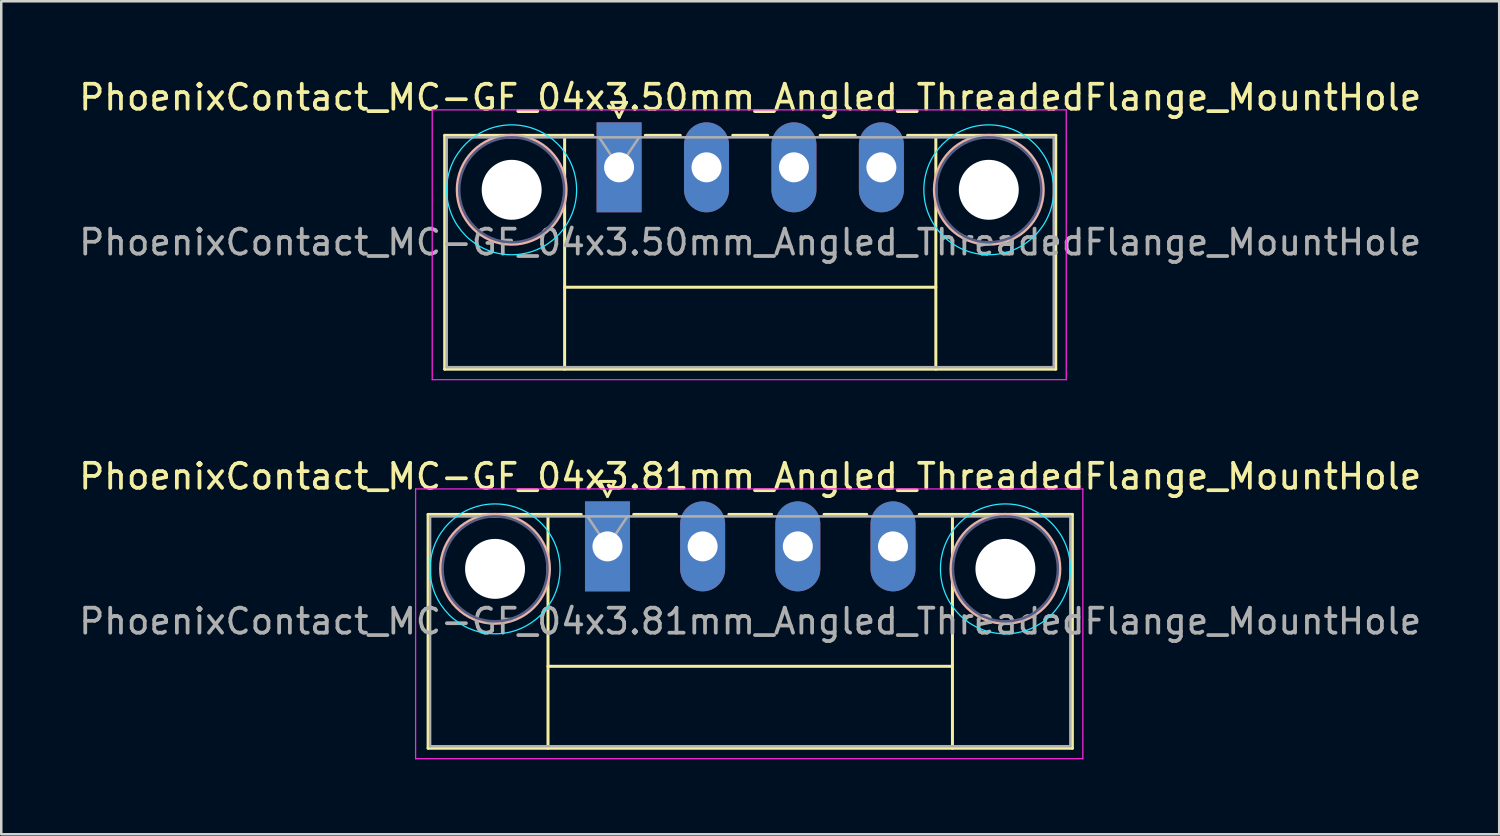
<source format=kicad_pcb>
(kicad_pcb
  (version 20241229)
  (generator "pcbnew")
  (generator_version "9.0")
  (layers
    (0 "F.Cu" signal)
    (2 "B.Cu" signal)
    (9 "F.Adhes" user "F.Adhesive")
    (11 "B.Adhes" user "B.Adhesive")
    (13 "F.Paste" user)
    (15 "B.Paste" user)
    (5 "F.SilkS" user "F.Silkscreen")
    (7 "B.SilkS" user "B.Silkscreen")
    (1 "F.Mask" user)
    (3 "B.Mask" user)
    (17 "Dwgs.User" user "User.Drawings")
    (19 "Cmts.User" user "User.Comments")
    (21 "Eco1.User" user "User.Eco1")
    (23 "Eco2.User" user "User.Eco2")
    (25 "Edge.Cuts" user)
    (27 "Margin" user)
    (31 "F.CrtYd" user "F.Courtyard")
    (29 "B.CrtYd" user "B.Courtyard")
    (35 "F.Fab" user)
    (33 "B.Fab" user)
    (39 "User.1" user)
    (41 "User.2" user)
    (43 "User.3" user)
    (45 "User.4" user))
  (footprint "PhoenixContact_MC-GF_04x3.50mm_Angled_ThreadedFlange_MountHole"
    (layer "F.Cu")
    (at 21.732 3.648)
    (property "Reference" "PhoenixContact_MC-GF_04x3.50mm_Angled_ThreadedFlange_MountHole" (at 5.25 -2.8 0) (layer "F.SilkS") (effects (font (size 1 1) (thickness 0.15))))
    (attr through_hole)
    (fp_line (start -6.98 -1.28) (end -6.98 8.08) (stroke (width 0.12) (type solid)) (layer "F.SilkS"))
    (fp_line (start -6.98 -1.28) (end -1.05 -1.28) (stroke (width 0.12) (type solid)) (layer "F.SilkS"))
    (fp_line (start -6.98 8.08) (end 17.48 8.08) (stroke (width 0.12) (type solid)) (layer "F.SilkS"))
    (fp_line (start -2.18 -1.28) (end -2.18 8.08) (stroke (width 0.12) (type solid)) (layer "F.SilkS"))
    (fp_line (start -2.18 4.8) (end 12.68 4.8) (stroke (width 0.12) (type solid)) (layer "F.SilkS"))
    (fp_line (start -0.3 -2.6) (end 0.3 -2.6) (stroke (width 0.12) (type solid)) (layer "F.SilkS"))
    (fp_line (start 0 -2) (end -0.3 -2.6) (stroke (width 0.12) (type solid)) (layer "F.SilkS"))
    (fp_line (start 0.3 -2.6) (end 0 -2) (stroke (width 0.12) (type solid)) (layer "F.SilkS"))
    (fp_line (start 1.05 -1.28) (end 2.45 -1.28) (stroke (width 0.12) (type solid)) (layer "F.SilkS"))
    (fp_line (start 4.55 -1.28) (end 5.95 -1.28) (stroke (width 0.12) (type solid)) (layer "F.SilkS"))
    (fp_line (start 8.05 -1.28) (end 9.45 -1.28) (stroke (width 0.12) (type solid)) (layer "F.SilkS"))
    (fp_line (start 12.68 -1.28) (end 12.68 8.08) (stroke (width 0.12) (type solid)) (layer "F.SilkS"))
    (fp_line (start 17.48 -1.28) (end 11.55 -1.28) (stroke (width 0.12) (type solid)) (layer "F.SilkS"))
    (fp_line (start 17.48 8.08) (end 17.48 -1.28) (stroke (width 0.12) (type solid)) (layer "F.SilkS"))
    (fp_circle (center -4.3 0.9) (end -2.12 0.9) (stroke (width 0.12) (type solid)) (fill no) (layer "B.SilkS"))
    (fp_circle (center 14.8 0.9) (end 16.98 0.9) (stroke (width 0.12) (type solid)) (fill no) (layer "B.SilkS"))
    (fp_circle (center -4.3 0.9) (end -1.7 0.9) (stroke (width 0.05) (type solid)) (fill no) (layer "B.CrtYd"))
    (fp_circle (center 14.8 0.9) (end 17.4 0.9) (stroke (width 0.05) (type solid)) (fill no) (layer "B.CrtYd"))
    (fp_line (start -7.48 -2.3) (end -7.48 8.5) (stroke (width 0.05) (type solid)) (layer "F.CrtYd"))
    (fp_line (start -7.48 8.5) (end 17.9 8.5) (stroke (width 0.05) (type solid)) (layer "F.CrtYd"))
    (fp_line (start 17.9 -2.3) (end -7.48 -2.3) (stroke (width 0.05) (type solid)) (layer "F.CrtYd"))
    (fp_line (start 17.9 8.5) (end 17.9 -2.3) (stroke (width 0.05) (type solid)) (layer "F.CrtYd"))
    (fp_circle (center -4.3 0.9) (end -2.2 0.9) (stroke (width 0.1) (type solid)) (fill no) (layer "B.Fab"))
    (fp_circle (center 14.8 0.9) (end 16.9 0.9) (stroke (width 0.1) (type solid)) (fill no) (layer "B.Fab"))
    (fp_line (start -6.9 -1.2) (end -6.9 8) (stroke (width 0.1) (type solid)) (layer "F.Fab"))
    (fp_line (start -6.9 8) (end 17.4 8) (stroke (width 0.1) (type solid)) (layer "F.Fab"))
    (fp_line (start 0 0) (end -0.8 -1.2) (stroke (width 0.1) (type solid)) (layer "F.Fab"))
    (fp_line (start 0.8 -1.2) (end 0 0) (stroke (width 0.1) (type solid)) (layer "F.Fab"))
    (fp_line (start 17.4 -1.2) (end -6.9 -1.2) (stroke (width 0.1) (type solid)) (layer "F.Fab"))
    (fp_line (start 17.4 8) (end 17.4 -1.2) (stroke (width 0.1) (type solid)) (layer "F.Fab"))
    (fp_text user "${REFERENCE}" (at 5.25 3 0) (layer "F.Fab") (effects (font (size 1 1) (thickness 0.15))))
    (pad "" np_thru_hole circle (at -4.3 0.9) (size 2.4 2.4) (drill 2.4) (layers "*.Cu" "*.Mask"))
    (pad "" np_thru_hole circle (at 14.8 0.9) (size 2.4 2.4) (drill 2.4) (layers "*.Cu" "*.Mask"))
    (pad "1" thru_hole rect (at 0 0) (size 1.8 3.6) (drill 1.2) (layers "*.Cu" "*.Mask"))
    (pad "2" thru_hole oval (at 3.5 0) (size 1.8 3.6) (drill 1.2) (layers "*.Cu" "*.Mask"))
    (pad "3" thru_hole oval (at 7 0) (size 1.8 3.6) (drill 1.2) (layers "*.Cu" "*.Mask"))
    (pad "4" thru_hole oval (at 10.5 0) (size 1.8 3.6) (drill 1.2) (layers "*.Cu" "*.Mask")))
  (footprint "PhoenixContact_MC-GF_04x3.81mm_Angled_ThreadedFlange_MountHole"
    (layer "F.Cu")
    (at 21.267 18.822)
    (property "Reference" "PhoenixContact_MC-GF_04x3.81mm_Angled_ThreadedFlange_MountHole" (at 5.715 -2.8 0) (layer "F.SilkS") (effects (font (size 1 1) (thickness 0.15))))
    (attr through_hole)
    (fp_line (start -7.18 -1.28) (end -7.18 8.08) (stroke (width 0.12) (type solid)) (layer "F.SilkS"))
    (fp_line (start -7.18 -1.28) (end -1.05 -1.28) (stroke (width 0.12) (type solid)) (layer "F.SilkS"))
    (fp_line (start -7.18 8.08) (end 18.61 8.08) (stroke (width 0.12) (type solid)) (layer "F.SilkS"))
    (fp_line (start -2.38 -1.28) (end -2.38 8.08) (stroke (width 0.12) (type solid)) (layer "F.SilkS"))
    (fp_line (start -2.38 4.8) (end 13.81 4.8) (stroke (width 0.12) (type solid)) (layer "F.SilkS"))
    (fp_line (start -0.3 -2.6) (end 0.3 -2.6) (stroke (width 0.12) (type solid)) (layer "F.SilkS"))
    (fp_line (start 0 -2) (end -0.3 -2.6) (stroke (width 0.12) (type solid)) (layer "F.SilkS"))
    (fp_line (start 0.3 -2.6) (end 0 -2) (stroke (width 0.12) (type solid)) (layer "F.SilkS"))
    (fp_line (start 1.05 -1.28) (end 2.76 -1.28) (stroke (width 0.12) (type solid)) (layer "F.SilkS"))
    (fp_line (start 4.86 -1.28) (end 6.57 -1.28) (stroke (width 0.12) (type solid)) (layer "F.SilkS"))
    (fp_line (start 8.67 -1.28) (end 10.38 -1.28) (stroke (width 0.12) (type solid)) (layer "F.SilkS"))
    (fp_line (start 13.81 -1.28) (end 13.81 8.08) (stroke (width 0.12) (type solid)) (layer "F.SilkS"))
    (fp_line (start 18.61 -1.28) (end 12.48 -1.28) (stroke (width 0.12) (type solid)) (layer "F.SilkS"))
    (fp_line (start 18.61 8.08) (end 18.61 -1.28) (stroke (width 0.12) (type solid)) (layer "F.SilkS"))
    (fp_circle (center -4.5 0.9) (end -2.32 0.9) (stroke (width 0.12) (type solid)) (fill no) (layer "B.SilkS"))
    (fp_circle (center 15.93 0.9) (end 18.11 0.9) (stroke (width 0.12) (type solid)) (fill no) (layer "B.SilkS"))
    (fp_circle (center -4.5 0.9) (end -1.9 0.9) (stroke (width 0.05) (type solid)) (fill no) (layer "B.CrtYd"))
    (fp_circle (center 15.93 0.9) (end 18.53 0.9) (stroke (width 0.05) (type solid)) (fill no) (layer "B.CrtYd"))
    (fp_line (start -7.68 -2.3) (end -7.68 8.5) (stroke (width 0.05) (type solid)) (layer "F.CrtYd"))
    (fp_line (start -7.68 8.5) (end 19.03 8.5) (stroke (width 0.05) (type solid)) (layer "F.CrtYd"))
    (fp_line (start 19.03 -2.3) (end -7.68 -2.3) (stroke (width 0.05) (type solid)) (layer "F.CrtYd"))
    (fp_line (start 19.03 8.5) (end 19.03 -2.3) (stroke (width 0.05) (type solid)) (layer "F.CrtYd"))
    (fp_circle (center -4.5 0.9) (end -2.4 0.9) (stroke (width 0.1) (type solid)) (fill no) (layer "B.Fab"))
    (fp_circle (center 15.93 0.9) (end 18.03 0.9) (stroke (width 0.1) (type solid)) (fill no) (layer "B.Fab"))
    (fp_line (start -7.1 -1.2) (end -7.1 8) (stroke (width 0.1) (type solid)) (layer "F.Fab"))
    (fp_line (start -7.1 8) (end 18.53 8) (stroke (width 0.1) (type solid)) (layer "F.Fab"))
    (fp_line (start 0 0) (end -0.8 -1.2) (stroke (width 0.1) (type solid)) (layer "F.Fab"))
    (fp_line (start 0.8 -1.2) (end 0 0) (stroke (width 0.1) (type solid)) (layer "F.Fab"))
    (fp_line (start 18.53 -1.2) (end -7.1 -1.2) (stroke (width 0.1) (type solid)) (layer "F.Fab"))
    (fp_line (start 18.53 8) (end 18.53 -1.2) (stroke (width 0.1) (type solid)) (layer "F.Fab"))
    (fp_text user "${REFERENCE}" (at 5.715 3 0) (layer "F.Fab") (effects (font (size 1 1) (thickness 0.15))))
    (pad "" np_thru_hole circle (at -4.5 0.9) (size 2.4 2.4) (drill 2.4) (layers "*.Cu" "*.Mask"))
    (pad "" np_thru_hole circle (at 15.93 0.9) (size 2.4 2.4) (drill 2.4) (layers "*.Cu" "*.Mask"))
    (pad "1" thru_hole rect (at 0 0) (size 1.8 3.6) (drill 1.2) (layers "*.Cu" "*.Mask"))
    (pad "2" thru_hole oval (at 3.81 0) (size 1.8 3.6) (drill 1.2) (layers "*.Cu" "*.Mask"))
    (pad "3" thru_hole oval (at 7.62 0) (size 1.8 3.6) (drill 1.2) (layers "*.Cu" "*.Mask"))
    (pad "4" thru_hole oval (at 11.43 0) (size 1.8 3.6) (drill 1.2) (layers "*.Cu" "*.Mask")))
  (gr_rect
    (start -3 -3)
    (end 56.964 30.346)
    (stroke (width 0.1) (type default))
    (fill no)
    (layer "Edge.Cuts")))
</source>
